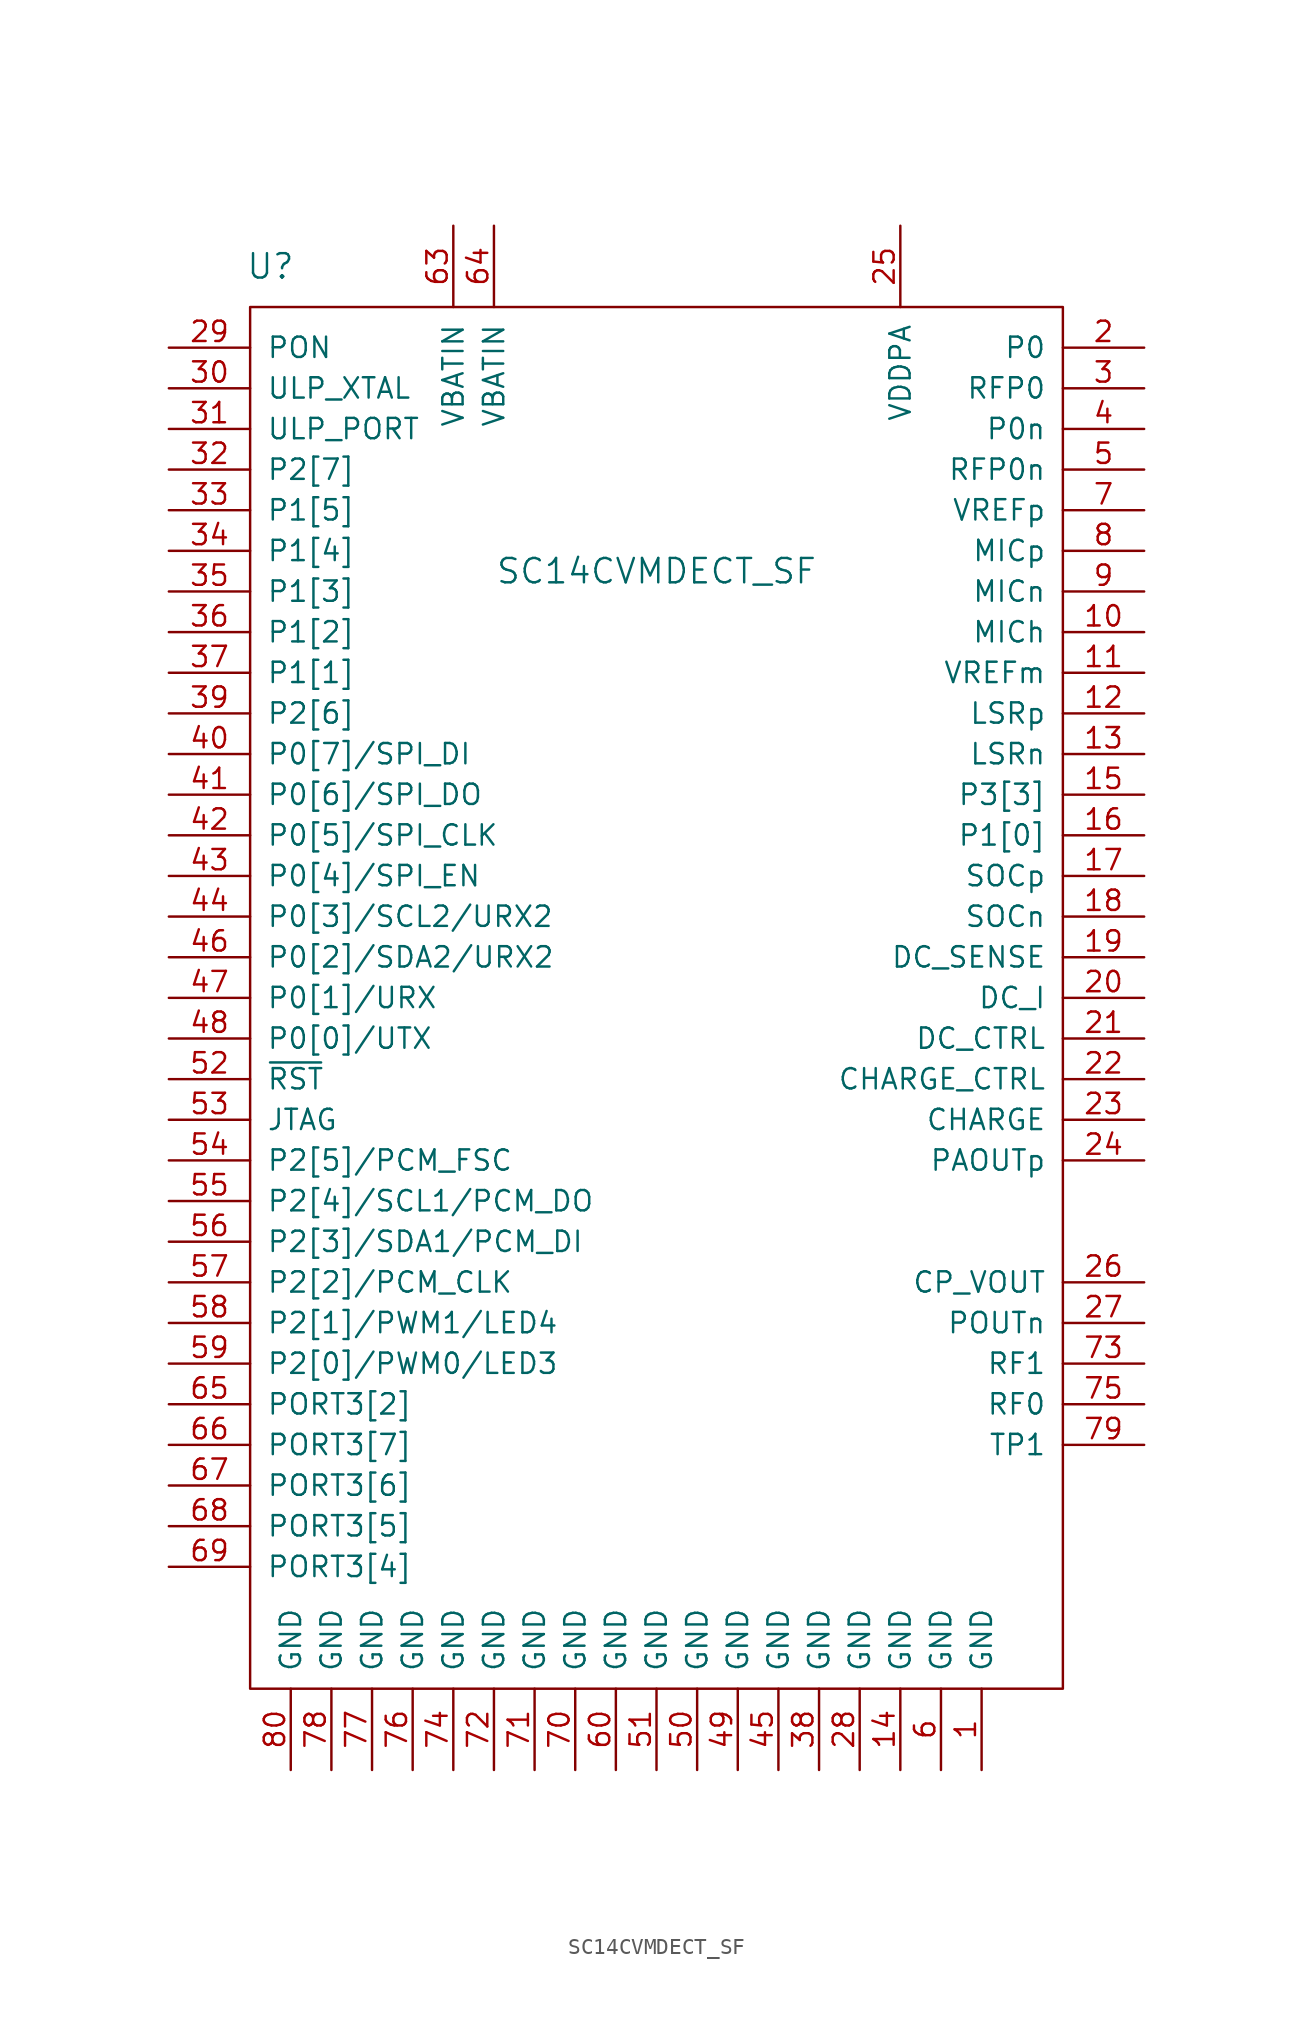
<source format=kicad_sym>
(kicad_symbol_lib
  (version 20211014)
  (generator kicad_symbol_editor)
  (symbol "SC14CVMDECT_SF"
    (pin_names
      (offset 1.016))
    (property "Reference" "U"
      (at 6.35 5.08 0)
      (effects (font (size 1.524 1.524))))
    (property "Value" "SC14CVMDECT_SF"
      (at 30.48 -13.97 0)
      (effects (font (size 1.524 1.524))))
    (property "Footprint" ""
      (at 15.24 -17.78 0)
      (effects (font (size 1.524 1.524))))
    (property "Datasheet" ""
      (at 15.24 -17.78 0)
      (effects (font (size 1.524 1.524))))
    (symbol "SC14CVMDECT_SF_0_1"
      (rectangle (start 5.08 2.54) (end 55.88 -83.82) (stroke (width 0) (type default) (color 0 0 0 0)) (fill (type none))))
    (symbol "SC14CVMDECT_SF_1_1"
      (pin power_in line (at 50.8 -88.9 90) (length 5.08) (name "GND" (effects (font (size 1.27 1.27)))) (number "1" (effects (font (size 1.27 1.27)))))
      (pin input line (at 60.96 -17.78 180) (length 5.08) (name "MICh" (effects (font (size 1.27 1.27)))) (number "10" (effects (font (size 1.27 1.27)))))
      (pin power_out line (at 60.96 -20.32 180) (length 5.08) (name "VREFm" (effects (font (size 1.27 1.27)))) (number "11" (effects (font (size 1.27 1.27)))))
      (pin output line (at 60.96 -22.86 180) (length 5.08) (name "LSRp" (effects (font (size 1.27 1.27)))) (number "12" (effects (font (size 1.27 1.27)))))
      (pin output line (at 60.96 -25.4 180) (length 5.08) (name "LSRn" (effects (font (size 1.27 1.27)))) (number "13" (effects (font (size 1.27 1.27)))))
      (pin power_in line (at 45.72 -88.9 90) (length 5.08) (name "GND" (effects (font (size 1.27 1.27)))) (number "14" (effects (font (size 1.27 1.27)))))
      (pin bidirectional line (at 60.96 -27.94 180) (length 5.08) (name "P3[3]" (effects (font (size 1.27 1.27)))) (number "15" (effects (font (size 1.27 1.27)))))
      (pin bidirectional line (at 60.96 -30.48 180) (length 5.08) (name "P1[0]" (effects (font (size 1.27 1.27)))) (number "16" (effects (font (size 1.27 1.27)))))
      (pin input line (at 60.96 -33.02 180) (length 5.08) (name "SOCp" (effects (font (size 1.27 1.27)))) (number "17" (effects (font (size 1.27 1.27)))))
      (pin input line (at 60.96 -35.56 180) (length 5.08) (name "SOCn" (effects (font (size 1.27 1.27)))) (number "18" (effects (font (size 1.27 1.27)))))
      (pin input line (at 60.96 -38.1 180) (length 5.08) (name "DC_SENSE" (effects (font (size 1.27 1.27)))) (number "19" (effects (font (size 1.27 1.27)))))
      (pin output line (at 60.96 0 180) (length 5.08) (name "P0" (effects (font (size 1.27 1.27)))) (number "2" (effects (font (size 1.27 1.27)))))
      (pin input line (at 60.96 -40.64 180) (length 5.08) (name "DC_I" (effects (font (size 1.27 1.27)))) (number "20" (effects (font (size 1.27 1.27)))))
      (pin output line (at 60.96 -43.18 180) (length 5.08) (name "DC_CTRL" (effects (font (size 1.27 1.27)))) (number "21" (effects (font (size 1.27 1.27)))))
      (pin output line (at 60.96 -45.72 180) (length 5.08) (name "CHARGE_CTRL" (effects (font (size 1.27 1.27)))) (number "22" (effects (font (size 1.27 1.27)))))
      (pin input line (at 60.96 -48.26 180) (length 5.08) (name "CHARGE" (effects (font (size 1.27 1.27)))) (number "23" (effects (font (size 1.27 1.27)))))
      (pin bidirectional line (at 60.96 -50.8 180) (length 5.08) (name "PAOUTp" (effects (font (size 1.27 1.27)))) (number "24" (effects (font (size 1.27 1.27)))))
      (pin power_in line (at 45.72 7.62 270) (length 5.08) (name "VDDPA" (effects (font (size 1.27 1.27)))) (number "25" (effects (font (size 1.27 1.27)))))
      (pin output line (at 60.96 -58.42 180) (length 5.08) (name "CP_VOUT" (effects (font (size 1.27 1.27)))) (number "26" (effects (font (size 1.27 1.27)))))
      (pin output line (at 60.96 -60.96 180) (length 5.08) (name "POUTn" (effects (font (size 1.27 1.27)))) (number "27" (effects (font (size 1.27 1.27)))))
      (pin power_in line (at 43.18 -88.9 90) (length 5.08) (name "GND" (effects (font (size 1.27 1.27)))) (number "28" (effects (font (size 1.27 1.27)))))
      (pin input line (at 0 0 0) (length 5.08) (name "PON" (effects (font (size 1.27 1.27)))) (number "29" (effects (font (size 1.27 1.27)))))
      (pin output line (at 60.96 -2.54 180) (length 5.08) (name "RFP0" (effects (font (size 1.27 1.27)))) (number "3" (effects (font (size 1.27 1.27)))))
      (pin input line (at 0 -2.54 0) (length 5.08) (name "ULP_XTAL" (effects (font (size 1.27 1.27)))) (number "30" (effects (font (size 1.27 1.27)))))
      (pin input line (at 0 -5.08 0) (length 5.08) (name "ULP_PORT" (effects (font (size 1.27 1.27)))) (number "31" (effects (font (size 1.27 1.27)))))
      (pin bidirectional line (at 0 -7.62 0) (length 5.08) (name "P2[7]" (effects (font (size 1.27 1.27)))) (number "32" (effects (font (size 1.27 1.27)))))
      (pin bidirectional line (at 0 -10.16 0) (length 5.08) (name "P1[5]" (effects (font (size 1.27 1.27)))) (number "33" (effects (font (size 1.27 1.27)))))
      (pin bidirectional line (at 0 -12.7 0) (length 5.08) (name "P1[4]" (effects (font (size 1.27 1.27)))) (number "34" (effects (font (size 1.27 1.27)))))
      (pin bidirectional line (at 0 -15.24 0) (length 5.08) (name "P1[3]" (effects (font (size 1.27 1.27)))) (number "35" (effects (font (size 1.27 1.27)))))
      (pin bidirectional line (at 0 -17.78 0) (length 5.08) (name "P1[2]" (effects (font (size 1.27 1.27)))) (number "36" (effects (font (size 1.27 1.27)))))
      (pin bidirectional line (at 0 -20.32 0) (length 5.08) (name "P1[1]" (effects (font (size 1.27 1.27)))) (number "37" (effects (font (size 1.27 1.27)))))
      (pin power_in line (at 40.64 -88.9 90) (length 5.08) (name "GND" (effects (font (size 1.27 1.27)))) (number "38" (effects (font (size 1.27 1.27)))))
      (pin bidirectional line (at 0 -22.86 0) (length 5.08) (name "P2[6]" (effects (font (size 1.27 1.27)))) (number "39" (effects (font (size 1.27 1.27)))))
      (pin output line (at 60.96 -5.08 180) (length 5.08) (name "P0n" (effects (font (size 1.27 1.27)))) (number "4" (effects (font (size 1.27 1.27)))))
      (pin bidirectional line (at 0 -25.4 0) (length 5.08) (name "P0[7]/SPI_DI" (effects (font (size 1.27 1.27)))) (number "40" (effects (font (size 1.27 1.27)))))
      (pin bidirectional line (at 0 -27.94 0) (length 5.08) (name "P0[6]/SPI_DO" (effects (font (size 1.27 1.27)))) (number "41" (effects (font (size 1.27 1.27)))))
      (pin bidirectional line (at 0 -30.48 0) (length 5.08) (name "P0[5]/SPI_CLK" (effects (font (size 1.27 1.27)))) (number "42" (effects (font (size 1.27 1.27)))))
      (pin bidirectional line (at 0 -33.02 0) (length 5.08) (name "P0[4]/SPI_EN" (effects (font (size 1.27 1.27)))) (number "43" (effects (font (size 1.27 1.27)))))
      (pin bidirectional line (at 0 -35.56 0) (length 5.08) (name "P0[3]/SCL2/URX2" (effects (font (size 1.27 1.27)))) (number "44" (effects (font (size 1.27 1.27)))))
      (pin power_in line (at 38.1 -88.9 90) (length 5.08) (name "GND" (effects (font (size 1.27 1.27)))) (number "45" (effects (font (size 1.27 1.27)))))
      (pin bidirectional line (at 0 -38.1 0) (length 5.08) (name "P0[2]/SDA2/URX2" (effects (font (size 1.27 1.27)))) (number "46" (effects (font (size 1.27 1.27)))))
      (pin bidirectional line (at 0 -40.64 0) (length 5.08) (name "P0[1]/URX" (effects (font (size 1.27 1.27)))) (number "47" (effects (font (size 1.27 1.27)))))
      (pin output line (at 0 -43.18 0) (length 5.08) (name "P0[0]/UTX" (effects (font (size 1.27 1.27)))) (number "48" (effects (font (size 1.27 1.27)))))
      (pin power_in line (at 35.56 -88.9 90) (length 5.08) (name "GND" (effects (font (size 1.27 1.27)))) (number "49" (effects (font (size 1.27 1.27)))))
      (pin output line (at 60.96 -7.62 180) (length 5.08) (name "RFP0n" (effects (font (size 1.27 1.27)))) (number "5" (effects (font (size 1.27 1.27)))))
      (pin power_in line (at 33.02 -88.9 90) (length 5.08) (name "GND" (effects (font (size 1.27 1.27)))) (number "50" (effects (font (size 1.27 1.27)))))
      (pin power_in line (at 30.48 -88.9 90) (length 5.08) (name "GND" (effects (font (size 1.27 1.27)))) (number "51" (effects (font (size 1.27 1.27)))))
      (pin input line (at 0 -45.72 0) (length 5.08) (name "~{RST}" (effects (font (size 1.27 1.27)))) (number "52" (effects (font (size 1.27 1.27)))))
      (pin bidirectional line (at 0 -48.26 0) (length 5.08) (name "JTAG" (effects (font (size 1.27 1.27)))) (number "53" (effects (font (size 1.27 1.27)))))
      (pin bidirectional line (at 0 -50.8 0) (length 5.08) (name "P2[5]/PCM_FSC" (effects (font (size 1.27 1.27)))) (number "54" (effects (font (size 1.27 1.27)))))
      (pin bidirectional line (at 0 -53.34 0) (length 5.08) (name "P2[4]/SCL1/PCM_DO" (effects (font (size 1.27 1.27)))) (number "55" (effects (font (size 1.27 1.27)))))
      (pin bidirectional line (at 0 -55.88 0) (length 5.08) (name "P2[3]/SDA1/PCM_DI" (effects (font (size 1.27 1.27)))) (number "56" (effects (font (size 1.27 1.27)))))
      (pin bidirectional line (at 0 -58.42 0) (length 5.08) (name "P2[2]/PCM_CLK" (effects (font (size 1.27 1.27)))) (number "57" (effects (font (size 1.27 1.27)))))
      (pin bidirectional line (at 0 -60.96 0) (length 5.08) (name "P2[1]/PWM1/LED4" (effects (font (size 1.27 1.27)))) (number "58" (effects (font (size 1.27 1.27)))))
      (pin bidirectional line (at 0 -63.5 0) (length 5.08) (name "P2[0]/PWM0/LED3" (effects (font (size 1.27 1.27)))) (number "59" (effects (font (size 1.27 1.27)))))
      (pin power_in line (at 48.26 -88.9 90) (length 5.08) (name "GND" (effects (font (size 1.27 1.27)))) (number "6" (effects (font (size 1.27 1.27)))))
      (pin power_in line (at 27.94 -88.9 90) (length 5.08) (name "GND" (effects (font (size 1.27 1.27)))) (number "60" (effects (font (size 1.27 1.27)))))
      (pin no_connect line (at 60.96 -53.34 180) (length 5.08) hide (name "VDDOUT" (effects (font (size 1.27 1.27)))) (number "61" (effects (font (size 1.27 1.27)))))
      (pin no_connect line (at 60.96 -55.88 180) (length 5.08) hide (name "VBATSW" (effects (font (size 1.27 1.27)))) (number "62" (effects (font (size 1.27 1.27)))))
      (pin power_in line (at 17.78 7.62 270) (length 5.08) (name "VBATIN" (effects (font (size 1.27 1.27)))) (number "63" (effects (font (size 1.27 1.27)))))
      (pin power_in line (at 20.32 7.62 270) (length 5.08) (name "VBATIN" (effects (font (size 1.27 1.27)))) (number "64" (effects (font (size 1.27 1.27)))))
      (pin bidirectional line (at 0 -66.04 0) (length 5.08) (name "PORT3[2]" (effects (font (size 1.27 1.27)))) (number "65" (effects (font (size 1.27 1.27)))))
      (pin bidirectional line (at 0 -68.58 0) (length 5.08) (name "PORT3[7]" (effects (font (size 1.27 1.27)))) (number "66" (effects (font (size 1.27 1.27)))))
      (pin bidirectional line (at 0 -71.12 0) (length 5.08) (name "PORT3[6]" (effects (font (size 1.27 1.27)))) (number "67" (effects (font (size 1.27 1.27)))))
      (pin bidirectional line (at 0 -73.66 0) (length 5.08) (name "PORT3[5]" (effects (font (size 1.27 1.27)))) (number "68" (effects (font (size 1.27 1.27)))))
      (pin bidirectional line (at 0 -76.2 0) (length 5.08) (name "PORT3[4]" (effects (font (size 1.27 1.27)))) (number "69" (effects (font (size 1.27 1.27)))))
      (pin output line (at 60.96 -10.16 180) (length 5.08) (name "VREFp" (effects (font (size 1.27 1.27)))) (number "7" (effects (font (size 1.27 1.27)))))
      (pin power_in line (at 25.4 -88.9 90) (length 5.08) (name "GND" (effects (font (size 1.27 1.27)))) (number "70" (effects (font (size 1.27 1.27)))))
      (pin power_in line (at 22.86 -88.9 90) (length 5.08) (name "GND" (effects (font (size 1.27 1.27)))) (number "71" (effects (font (size 1.27 1.27)))))
      (pin power_in line (at 20.32 -88.9 90) (length 5.08) (name "GND" (effects (font (size 1.27 1.27)))) (number "72" (effects (font (size 1.27 1.27)))))
      (pin unspecified line (at 60.96 -63.5 180) (length 5.08) (name "RF1" (effects (font (size 1.27 1.27)))) (number "73" (effects (font (size 1.27 1.27)))))
      (pin power_in line (at 17.78 -88.9 90) (length 5.08) (name "GND" (effects (font (size 1.27 1.27)))) (number "74" (effects (font (size 1.27 1.27)))))
      (pin unspecified line (at 60.96 -66.04 180) (length 5.08) (name "RF0" (effects (font (size 1.27 1.27)))) (number "75" (effects (font (size 1.27 1.27)))))
      (pin power_in line (at 15.24 -88.9 90) (length 5.08) (name "GND" (effects (font (size 1.27 1.27)))) (number "76" (effects (font (size 1.27 1.27)))))
      (pin power_in line (at 12.7 -88.9 90) (length 5.08) (name "GND" (effects (font (size 1.27 1.27)))) (number "77" (effects (font (size 1.27 1.27)))))
      (pin power_in line (at 10.16 -88.9 90) (length 5.08) (name "GND" (effects (font (size 1.27 1.27)))) (number "78" (effects (font (size 1.27 1.27)))))
      (pin unspecified line (at 60.96 -68.58 180) (length 5.08) (name "TP1" (effects (font (size 1.27 1.27)))) (number "79" (effects (font (size 1.27 1.27)))))
      (pin input line (at 60.96 -12.7 180) (length 5.08) (name "MICp" (effects (font (size 1.27 1.27)))) (number "8" (effects (font (size 1.27 1.27)))))
      (pin power_in line (at 7.62 -88.9 90) (length 5.08) (name "GND" (effects (font (size 1.27 1.27)))) (number "80" (effects (font (size 1.27 1.27)))))
      (pin input line (at 60.96 -15.24 180) (length 5.08) (name "MICn" (effects (font (size 1.27 1.27)))) (number "9" (effects (font (size 1.27 1.27))))))))
</source>
